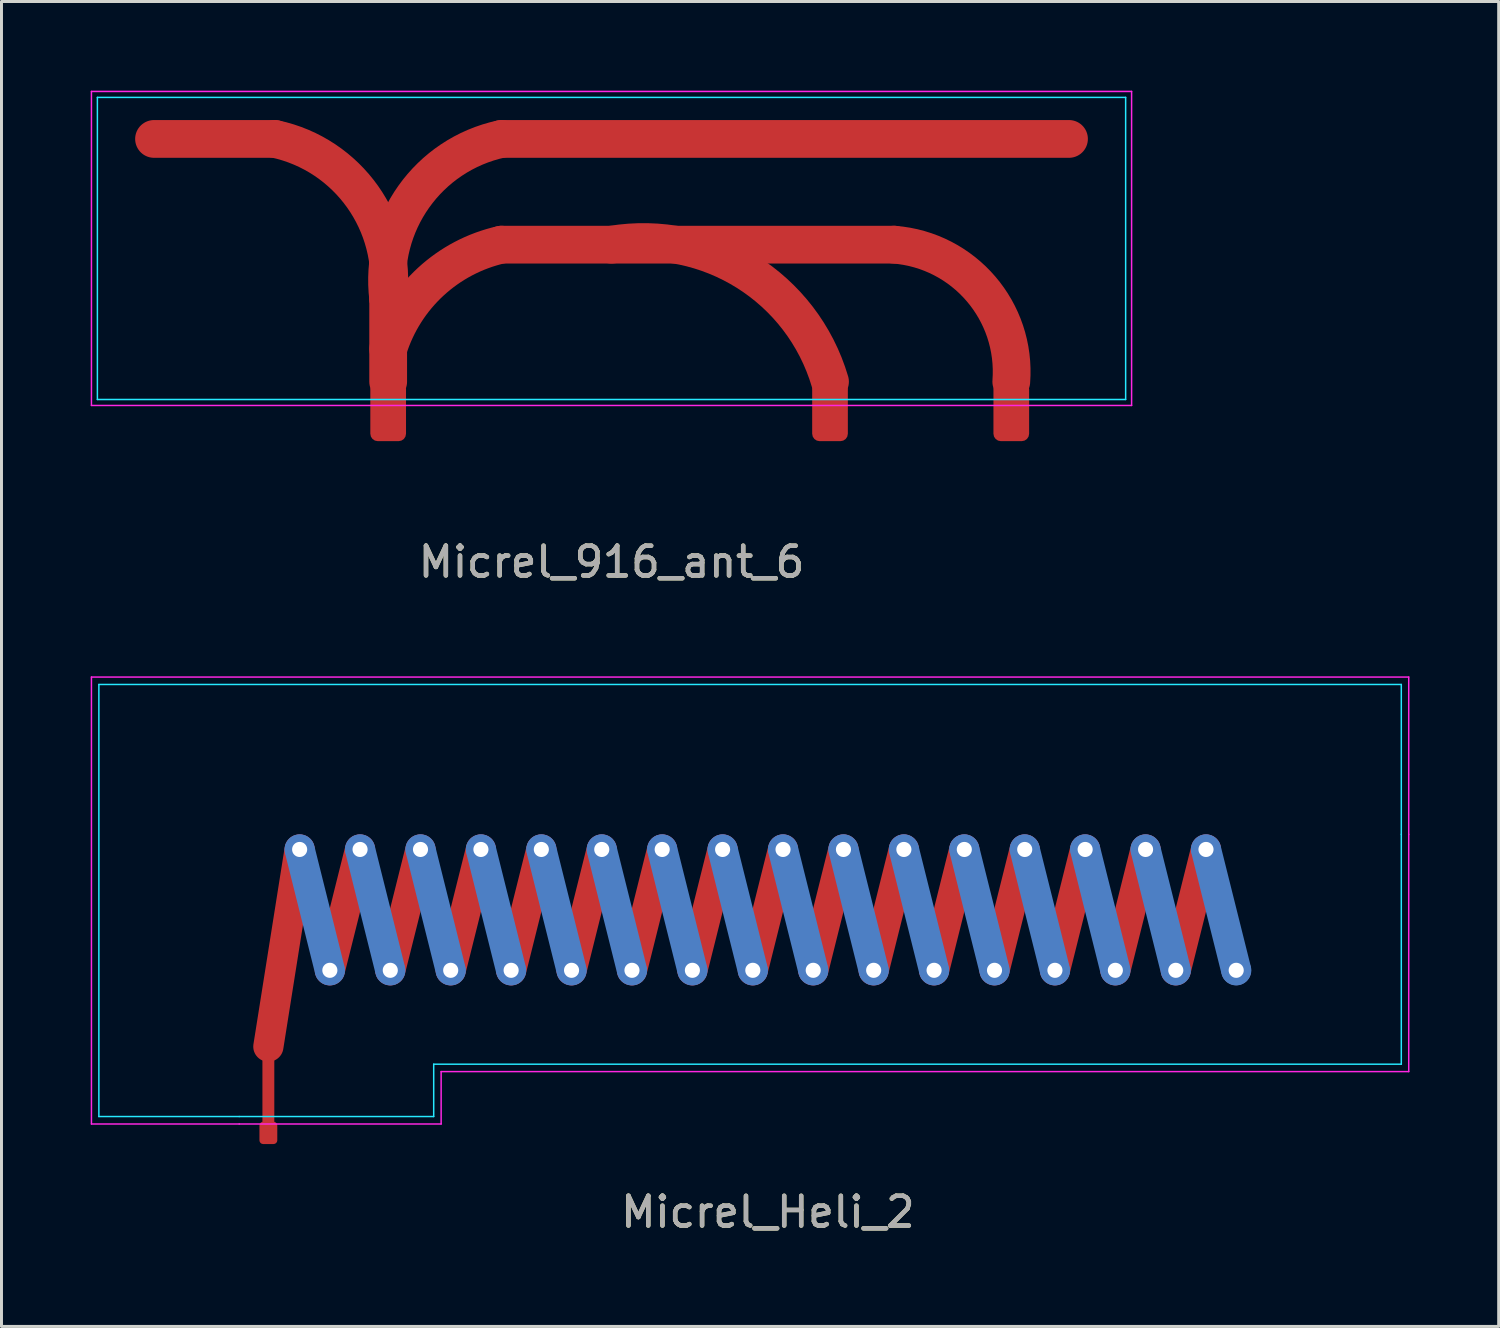
<source format=kicad_pcb>
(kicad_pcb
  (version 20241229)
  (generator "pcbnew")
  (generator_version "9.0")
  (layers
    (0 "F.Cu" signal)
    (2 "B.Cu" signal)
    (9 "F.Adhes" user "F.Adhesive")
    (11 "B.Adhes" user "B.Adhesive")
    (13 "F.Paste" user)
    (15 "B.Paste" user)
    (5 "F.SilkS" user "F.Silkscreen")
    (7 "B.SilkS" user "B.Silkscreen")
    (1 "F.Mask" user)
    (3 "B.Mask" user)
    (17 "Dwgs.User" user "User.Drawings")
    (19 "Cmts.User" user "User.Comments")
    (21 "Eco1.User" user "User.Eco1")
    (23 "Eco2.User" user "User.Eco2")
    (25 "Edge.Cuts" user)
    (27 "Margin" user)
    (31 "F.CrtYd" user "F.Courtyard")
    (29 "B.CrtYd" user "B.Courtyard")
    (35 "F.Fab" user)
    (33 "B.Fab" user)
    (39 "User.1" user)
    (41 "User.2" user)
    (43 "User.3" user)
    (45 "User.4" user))
  (footprint "Micrel_916_ant_6"
    (layer "F.Cu")
    (at 17.515 5.686)
    (property "Reference" "Micrel_916_ant_6" (at 0 10.16 0) (unlocked yes) (layer "F.SilkS") (effects (font (size 1 1) (thickness 0.15))))
    (attr smd)
    (fp_line (start -15.385 -4.064) (end -11.321 -4.064) (stroke (width 1.27) (type solid)) (layer "F.Cu"))
    (fp_line (start -7.511 -0.054) (end -7.511 4.1) (stroke (width 1.27) (type solid)) (layer "F.Cu"))
    (fp_line (start -3.701 -4.064) (end 15.385 -4.064) (stroke (width 1.27) (type solid)) (layer "F.Cu"))
    (fp_line (start -3.701 -0.508) (end 9.5 -0.508) (stroke (width 1.27) (type solid)) (layer "F.Cu"))
    (fp_arc (start -11.321 -4.064) (mid -8.373027 -2.122814) (end -7.511 1.3) (stroke (width 1.27) (type solid)) (layer "F.Cu"))
    (fp_arc (start -7.511 1.3) (mid -6.648973 -2.122814) (end -3.701 -4.064) (stroke (width 1.27) (type solid)) (layer "F.Cu"))
    (fp_arc (start -7.511 3) (mid -6.075983 0.735557) (end -3.701 -0.508) (stroke (width 1.27) (type solid)) (layer "F.Cu"))
    (fp_arc (start 0 -0.508) (mid 4.546908 0.404046) (end 7.348 4.1) (stroke (width 1.27) (type solid)) (layer "F.Cu"))
    (fp_arc (start 9.5 -0.508) (mid 12.426348 0.979171) (end 13.444 4.1) (stroke (width 1.27) (type solid)) (layer "F.Cu"))
    (fp_line (start -17.29 -5.461) (end -17.29 4.699) (stroke (width 0.05) (type solid)) (layer "B.CrtYd"))
    (fp_line (start -17.29 -5.461) (end 17.29 -5.461) (stroke (width 0.05) (type solid)) (layer "B.CrtYd"))
    (fp_line (start 17.29 -5.461) (end 17.29 4.699) (stroke (width 0.05) (type solid)) (layer "B.CrtYd"))
    (fp_line (start 17.29 4.699) (end -17.29 4.699) (stroke (width 0.05) (type solid)) (layer "B.CrtYd"))
    (fp_line (start -17.49 -5.661) (end -17.49 4.899) (stroke (width 0.05) (type solid)) (layer "F.CrtYd"))
    (fp_line (start -17.49 -5.661) (end 17.49 -5.661) (stroke (width 0.05) (type solid)) (layer "F.CrtYd"))
    (fp_line (start 17.49 -5.661) (end 17.49 4.899) (stroke (width 0.05) (type solid)) (layer "F.CrtYd"))
    (fp_line (start 17.49 4.899) (end -17.49 4.899) (stroke (width 0.05) (type solid)) (layer "F.CrtYd"))
    (fp_text user "${REFERENCE}" (at 0 10.16 0) (unlocked yes) (layer "F.Fab") (effects (font (size 1 1) (thickness 0.15))))
    (pad "1" smd roundrect (at -7.511 5.1) (size 1.2 2) (layers "F.Cu") (roundrect_rratio 0.208))
    (pad "2" smd roundrect (at 7.348 5.1) (size 1.2 2) (layers "F.Cu") (roundrect_rratio 0.208))
    (pad "2" smd roundrect (at 13.444 5.1) (size 1.2 2) (layers "F.Cu") (roundrect_rratio 0.208))
    (zone (net_name "") (layers "F.Cu" "B.Cu" "F.CrtYd") (hatch full 0.508) (connect_pads) (min_thickness 0.254) (filled_areas_thickness no) (keepout (tracks allowed) (vias allowed) (pads allowed) (copperpour not_allowed) (footprints not_allowed)) (placement (enabled no)) (fill) (polygon (pts (xy 35.005 10.585) (xy 0.025 10.585) (xy 0.025 0.025) (xy 35.005 0.025)))))
  (footprint "Micrel_Heli_2"
    (layer "F.Cu")
    (at 22.775 27.549)
    (property "Reference" "Micrel_Heli_2" (at 0 10.16 0) (unlocked yes) (layer "F.SilkS") (effects (font (size 1 1) (thickness 0.15))))
    (attr smd)
    (fp_line (start -16.8 4.597) (end -15.748 -2.032) (stroke (width 1.016) (type solid)) (layer "F.Cu"))
    (fp_line (start -16.8 4.997) (end -16.8 7.3) (stroke (width 0.4) (type solid)) (layer "F.Cu"))
    (fp_line (start -14.732 2.032) (end -13.716 -2.032) (stroke (width 1.016) (type solid)) (layer "F.Cu"))
    (fp_line (start -12.7 2.032) (end -11.684 -2.032) (stroke (width 1.016) (type solid)) (layer "F.Cu"))
    (fp_line (start -10.668 2.032) (end -9.652 -2.032) (stroke (width 1.016) (type solid)) (layer "F.Cu"))
    (fp_line (start -8.636 2.032) (end -7.62 -2.032) (stroke (width 1.016) (type solid)) (layer "F.Cu"))
    (fp_line (start -6.604 2.032) (end -5.588 -2.032) (stroke (width 1.016) (type solid)) (layer "F.Cu"))
    (fp_line (start -4.572 2.032) (end -3.556 -2.032) (stroke (width 1.016) (type solid)) (layer "F.Cu"))
    (fp_line (start -2.54 2.032) (end -1.524 -2.032) (stroke (width 1.016) (type solid)) (layer "F.Cu"))
    (fp_line (start -0.508 2.032) (end 0.508 -2.032) (stroke (width 1.016) (type solid)) (layer "F.Cu"))
    (fp_line (start 1.524 2.032) (end 2.54 -2.032) (stroke (width 1.016) (type solid)) (layer "F.Cu"))
    (fp_line (start 3.556 2.032) (end 4.572 -2.032) (stroke (width 1.016) (type solid)) (layer "F.Cu"))
    (fp_line (start 5.588 2.032) (end 6.604 -2.032) (stroke (width 1.016) (type solid)) (layer "F.Cu"))
    (fp_line (start 7.62 2.032) (end 8.636 -2.032) (stroke (width 1.016) (type solid)) (layer "F.Cu"))
    (fp_line (start 9.652 2.032) (end 10.668 -2.032) (stroke (width 1.016) (type solid)) (layer "F.Cu"))
    (fp_line (start 11.684 2.032) (end 12.7 -2.032) (stroke (width 1.016) (type solid)) (layer "F.Cu"))
    (fp_line (start 13.716 2.032) (end 14.732 -2.032) (stroke (width 1.016) (type solid)) (layer "F.Cu"))
    (fp_line (start -14.732 2.032) (end -15.748 -2.032) (stroke (width 1.016) (type solid)) (layer "B.Cu"))
    (fp_line (start -12.7 2.032) (end -13.716 -2.032) (stroke (width 1.016) (type solid)) (layer "B.Cu"))
    (fp_line (start -10.668 2.032) (end -11.684 -2.032) (stroke (width 1.016) (type solid)) (layer "B.Cu"))
    (fp_line (start -8.636 2.032) (end -9.652 -2.032) (stroke (width 1.016) (type solid)) (layer "B.Cu"))
    (fp_line (start -6.604 2.032) (end -7.62 -2.032) (stroke (width 1.016) (type solid)) (layer "B.Cu"))
    (fp_line (start -4.572 2.032) (end -5.588 -2.032) (stroke (width 1.016) (type solid)) (layer "B.Cu"))
    (fp_line (start -2.54 2.032) (end -3.556 -2.032) (stroke (width 1.016) (type solid)) (layer "B.Cu"))
    (fp_line (start -0.508 2.032) (end -1.524 -2.032) (stroke (width 1.016) (type solid)) (layer "B.Cu"))
    (fp_line (start 1.524 2.032) (end 0.508 -2.032) (stroke (width 1.016) (type solid)) (layer "B.Cu"))
    (fp_line (start 3.556 2.032) (end 2.54 -2.032) (stroke (width 1.016) (type solid)) (layer "B.Cu"))
    (fp_line (start 5.588 2.032) (end 4.572 -2.032) (stroke (width 1.016) (type solid)) (layer "B.Cu"))
    (fp_line (start 7.62 2.032) (end 6.604 -2.032) (stroke (width 1.016) (type solid)) (layer "B.Cu"))
    (fp_line (start 9.652 2.032) (end 8.636 -2.032) (stroke (width 1.016) (type solid)) (layer "B.Cu"))
    (fp_line (start 11.684 2.032) (end 10.668 -2.032) (stroke (width 1.016) (type solid)) (layer "B.Cu"))
    (fp_line (start 13.716 2.032) (end 12.7 -2.032) (stroke (width 1.016) (type solid)) (layer "B.Cu"))
    (fp_line (start 15.748 2.032) (end 14.732 -2.032) (stroke (width 1.016) (type solid)) (layer "B.Cu"))
    (fp_line (start -22.5 -7.58) (end -22.5 6.95) (stroke (width 0.05) (type solid)) (layer "B.CrtYd"))
    (fp_line (start -22.5 -7.58) (end 21.3 -7.58) (stroke (width 0.05) (type solid)) (layer "B.CrtYd"))
    (fp_line (start -17.78 6.95) (end -22.5 6.95) (stroke (width 0.05) (type solid)) (layer "B.CrtYd"))
    (fp_line (start -11.24 6.95) (end -17.78 6.95) (stroke (width 0.05) (type solid)) (layer "B.CrtYd"))
    (fp_line (start -11.24 6.95) (end -11.24 5.189) (stroke (width 0.05) (type solid)) (layer "B.CrtYd"))
    (fp_line (start 21.3 -7.58) (end 21.3 -2.54) (stroke (width 0.05) (type solid)) (layer "B.CrtYd"))
    (fp_line (start 21.3 -2.54) (end 21.3 5.189) (stroke (width 0.05) (type solid)) (layer "B.CrtYd"))
    (fp_line (start 21.3 5.189) (end -11.24 5.189) (stroke (width 0.05) (type solid)) (layer "B.CrtYd"))
    (fp_line (start -22.75 -7.83) (end -22.75 7.2) (stroke (width 0.05) (type solid)) (layer "F.CrtYd"))
    (fp_line (start -22.75 -7.83) (end 21.55 -7.83) (stroke (width 0.05) (type solid)) (layer "F.CrtYd"))
    (fp_line (start -17.78 7.2) (end -22.75 7.2) (stroke (width 0.05) (type solid)) (layer "F.CrtYd"))
    (fp_line (start -10.99 7.2) (end -17.78 7.2) (stroke (width 0.05) (type solid)) (layer "F.CrtYd"))
    (fp_line (start -10.99 7.2) (end -10.99 5.439) (stroke (width 0.05) (type solid)) (layer "F.CrtYd"))
    (fp_line (start 21.55 -7.83) (end 21.55 -2.54) (stroke (width 0.05) (type solid)) (layer "F.CrtYd"))
    (fp_line (start 21.55 -2.54) (end 21.55 5.439) (stroke (width 0.05) (type solid)) (layer "F.CrtYd"))
    (fp_line (start 21.55 5.439) (end -10.99 5.439) (stroke (width 0.05) (type solid)) (layer "F.CrtYd"))
    (fp_text user "${REFERENCE}" (at 0 10.16 0) (unlocked yes) (layer "F.Fab") (effects (font (size 1 1) (thickness 0.15))))
    (pad "" thru_hole circle (at -15.748 -2.032) (size 1 1) (drill 0.508) (layers "*.Cu"))
    (pad "" thru_hole circle (at -14.732 2.032) (size 1 1) (drill 0.508) (layers "*.Cu"))
    (pad "" thru_hole circle (at -13.716 -2.032) (size 1 1) (drill 0.508) (layers "*.Cu"))
    (pad "" thru_hole circle (at -12.7 2.032) (size 1 1) (drill 0.508) (layers "*.Cu"))
    (pad "" thru_hole circle (at -11.684 -2.032) (size 1 1) (drill 0.508) (layers "*.Cu"))
    (pad "" thru_hole circle (at -10.668 2.032) (size 1 1) (drill 0.508) (layers "*.Cu"))
    (pad "" thru_hole circle (at -9.652 -2.032) (size 1 1) (drill 0.508) (layers "*.Cu"))
    (pad "" thru_hole circle (at -8.636 2.032) (size 1 1) (drill 0.508) (layers "*.Cu"))
    (pad "" thru_hole circle (at -7.62 -2.032) (size 1 1) (drill 0.508) (layers "*.Cu"))
    (pad "" thru_hole circle (at -6.604 2.032) (size 1 1) (drill 0.508) (layers "*.Cu"))
    (pad "" thru_hole circle (at -5.588 -2.032) (size 1 1) (drill 0.508) (layers "*.Cu"))
    (pad "" thru_hole circle (at -4.572 2.032) (size 1 1) (drill 0.508) (layers "*.Cu"))
    (pad "" thru_hole circle (at -3.556 -2.032) (size 1 1) (drill 0.508) (layers "*.Cu"))
    (pad "" thru_hole circle (at -2.54 2.032) (size 1 1) (drill 0.508) (layers "*.Cu"))
    (pad "" thru_hole circle (at -1.524 -2.032) (size 1 1) (drill 0.508) (layers "*.Cu"))
    (pad "" thru_hole circle (at -0.508 2.032) (size 1 1) (drill 0.508) (layers "*.Cu"))
    (pad "" thru_hole circle (at 0.508 -2.032) (size 1 1) (drill 0.508) (layers "*.Cu"))
    (pad "" thru_hole circle (at 1.524 2.032) (size 1 1) (drill 0.508) (layers "*.Cu"))
    (pad "" thru_hole circle (at 2.54 -2.032) (size 1 1) (drill 0.508) (layers "*.Cu"))
    (pad "" thru_hole circle (at 3.556 2.032) (size 1 1) (drill 0.508) (layers "*.Cu"))
    (pad "" thru_hole circle (at 4.572 -2.032) (size 1 1) (drill 0.508) (layers "*.Cu"))
    (pad "" thru_hole circle (at 5.588 2.032) (size 1 1) (drill 0.508) (layers "*.Cu"))
    (pad "" thru_hole circle (at 6.604 -2.032) (size 1 1) (drill 0.508) (layers "*.Cu"))
    (pad "" thru_hole circle (at 7.62 2.032) (size 1 1) (drill 0.508) (layers "*.Cu"))
    (pad "" thru_hole circle (at 8.636 -2.032) (size 1 1) (drill 0.508) (layers "*.Cu"))
    (pad "" thru_hole circle (at 9.652 2.032) (size 1 1) (drill 0.508) (layers "*.Cu"))
    (pad "" thru_hole circle (at 10.668 -2.032) (size 1 1) (drill 0.508) (layers "*.Cu"))
    (pad "" thru_hole circle (at 11.684 2.032) (size 1 1) (drill 0.508) (layers "*.Cu"))
    (pad "" thru_hole circle (at 12.7 -2.032) (size 1 1) (drill 0.508) (layers "*.Cu"))
    (pad "" thru_hole circle (at 13.716 2.032) (size 1 1) (drill 0.508) (layers "*.Cu"))
    (pad "" thru_hole circle (at 14.732 -2.032) (size 1 1) (drill 0.508) (layers "*.Cu"))
    (pad "" thru_hole circle (at 15.748 2.032) (size 1 1) (drill 0.508) (layers "*.Cu"))
    (pad "1" smd roundrect (at -16.8 7.5) (size 0.6 0.75) (layers "F.Cu") (roundrect_rratio 0.208))
    (zone (net_name "") (layers "F.Cu" "B.Cu" "F.CrtYd") (hatch full 0.508) (connect_pads) (min_thickness 0.254) (filled_areas_thickness no) (keepout (tracks allowed) (vias allowed) (pads allowed) (copperpour not_allowed) (footprints not_allowed)) (placement (enabled no)) (fill) (polygon (pts (xy 44.075 32.738) (xy 11.535 32.738) (xy 11.535 34.499) (xy 0.275 34.499) (xy 0.275 19.969) (xy 44.075 19.969)))))
  (gr_rect
    (start -3 -3)
    (end 47.35 41.557)
    (stroke (width 0.1) (type default))
    (fill no)
    (layer "Edge.Cuts")))
</source>
